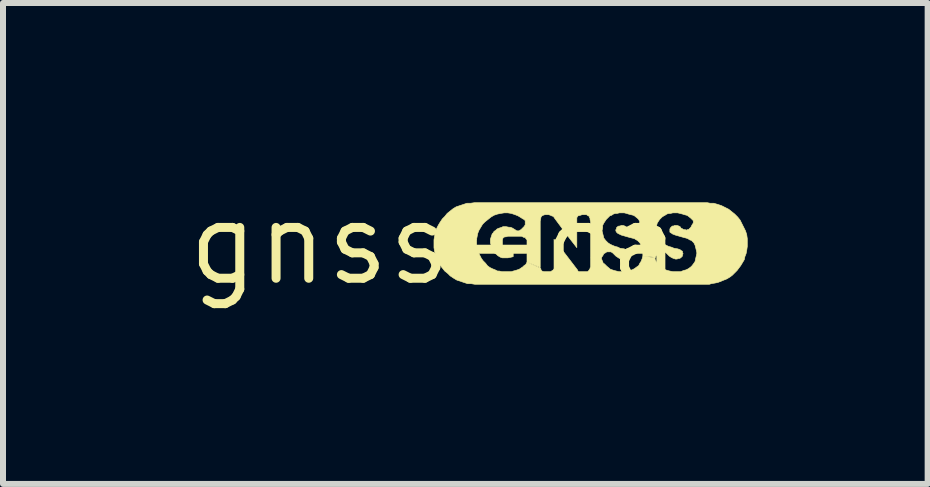
<source format=kicad_pcb>
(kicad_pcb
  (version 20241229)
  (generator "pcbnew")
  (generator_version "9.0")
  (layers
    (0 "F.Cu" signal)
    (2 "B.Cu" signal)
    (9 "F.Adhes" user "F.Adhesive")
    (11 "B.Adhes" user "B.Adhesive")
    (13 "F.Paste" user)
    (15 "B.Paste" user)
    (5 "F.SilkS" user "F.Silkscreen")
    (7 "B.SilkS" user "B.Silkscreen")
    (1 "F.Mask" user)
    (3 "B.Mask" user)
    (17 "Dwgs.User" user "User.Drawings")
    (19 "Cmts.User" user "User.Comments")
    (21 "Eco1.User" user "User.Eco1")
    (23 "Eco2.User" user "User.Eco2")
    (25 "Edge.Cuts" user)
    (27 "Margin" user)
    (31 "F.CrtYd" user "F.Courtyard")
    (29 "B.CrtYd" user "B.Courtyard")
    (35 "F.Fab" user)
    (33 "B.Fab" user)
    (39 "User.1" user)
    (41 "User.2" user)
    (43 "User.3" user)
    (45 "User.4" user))
  (footprint "gnss-ca"
    (layer "F.Cu")
    (at 4.18 1.006)
    (property "Reference" "gnss-ca" (at 0 0 0) (layer "F.SilkS") (effects (font (size 1.27 1.27) (thickness 0.15))))
    (attr board_only exclude_from_pos_files exclude_from_bom)
    (fp_poly (pts (xy 0.68 -0.68) (xy 0.61 -0.67) (xy 0.55 -0.67) (xy 0.49 -0.65) (xy 0.43 -0.63) (xy 0.37 -0.61) (xy 0.32 -0.58) (xy 0.27 -0.54) (xy 0.22 -0.5) (xy 0.18 -0.45) (xy 0.14 -0.41) (xy 0.1 -0.35) (xy 0.07 -0.3) (xy 0.04 -0.24) (xy 0.02 -0.18) (xy 0.01 -0.12) (xy 0 -0.06) (xy 0 0) (xy 0 0.07) (xy 0.01 0.13) (xy 0.03 0.19) (xy 0.05 0.25) (xy 0.07 0.31) (xy 0.1 0.36) (xy 0.14 0.41) (xy 0.18 0.46) (xy 0.23 0.5) (xy 0.27 0.54) (xy 0.33 0.58) (xy 0.38 0.61) (xy 0.44 0.63) (xy 0.5 0.65) (xy 0.56 0.67) (xy 0.62 0.67) (xy 0.68 0.68) (xy 4.55 0.68) (xy 4.59 0.68) (xy 4.62 0.67) (xy 4.68 0.66) (xy 4.73 0.65) (xy 4.78 0.63) (xy 4.83 0.61) (xy 4.88 0.59) (xy 4.93 0.56) (xy 4.97 0.53) (xy 5.01 0.49) (xy 5.05 0.45) (xy 5.08 0.41) (xy 5.11 0.37) (xy 5.14 0.32) (xy 5.17 0.27) (xy 5.18 0.22) (xy 5.2 0.17) (xy 5.21 0.12) (xy 5.22 0.05) (xy 5.22 -0.02) (xy 5.22 -0.08) (xy 5.21 -0.15) (xy 5.19 -0.21) (xy 5.16 -0.27) (xy 5.13 -0.33) (xy 5.1 -0.39) (xy 5.06 -0.44) (xy 5.01 -0.49) (xy 4.96 -0.53) (xy 4.91 -0.57) (xy 4.85 -0.6) (xy 4.79 -0.63) (xy 4.73 -0.65) (xy 4.66 -0.67) (xy 4.6 -0.67) (xy 4.55 -0.68) (xy 0.68 -0.68) (xy 0.9 -0.4) (xy 0.95 -0.44) (xy 1 -0.47) (xy 1.06 -0.49) (xy 1.11 -0.5) (xy 1.17 -0.51) (xy 1.23 -0.51) (xy 1.29 -0.5) (xy 1.35 -0.48) (xy 1.4 -0.46) (xy 1.45 -0.43) (xy 1.48 -0.41) (xy 1.5 -0.4) (xy 1.52 -0.38) (xy 1.52 -0.36) (xy 1.52 -0.34) (xy 1.52 -0.31) (xy 1.5 -0.28) (xy 1.48 -0.26) (xy 1.45 -0.23) (xy 1.43 -0.22) (xy 1.42 -0.21) (xy 1.4 -0.21) (xy 1.38 -0.21) (xy 1.35 -0.23) (xy 1.3 -0.26) (xy 1.27 -0.27) (xy 1.25 -0.27) (xy 1.2 -0.28) (xy 1.15 -0.28) (xy 1.13 -0.27) (xy 1.1 -0.26) (xy 1.07 -0.25) (xy 1.05 -0.24) (xy 1.03 -0.22) (xy 1 -0.2) (xy 0.99 -0.18) (xy 0.97 -0.16) (xy 0.96 -0.13) (xy 0.95 -0.1) (xy 0.94 -0.07) (xy 0.94 -0.04) (xy 0.94 -0.01) (xy 0.95 0.02) (xy 0.95 0.05) (xy 0.96 0.08) (xy 0.98 0.11) (xy 0.99 0.14) (xy 1.01 0.16) (xy 1.04 0.18) (xy 1.06 0.2) (xy 1.09 0.22) (xy 1.11 0.23) (xy 1.14 0.24) (xy 1.18 0.24) (xy 1.23 0.24) (xy 1.28 0.23) (xy 1.32 0.22) (xy 1.32 0.07) (xy 1.21 0.07) (xy 1.18 0.07) (xy 1.17 0.07) (xy 1.16 0.06) (xy 1.15 0.05) (xy 1.14 0.04) (xy 1.14 0.01) (xy 1.14 -0.04) (xy 1.14 -0.06) (xy 1.15 -0.09) (xy 1.16 -0.1) (xy 1.18 -0.11) (xy 1.2 -0.11) (xy 1.23 -0.12) (xy 1.46 -0.12) (xy 1.48 -0.11) (xy 1.5 -0.1) (xy 1.52 -0.1) (xy 1.53 -0.08) (xy 1.54 -0.07) (xy 1.55 -0.06) (xy 1.55 -0.04) (xy 1.55 -0.02) (xy 1.55 0.29) (xy 1.55 0.31) (xy 1.77 0.4) (xy 1.77 -0.37) (xy 1.78 -0.42) (xy 1.78 -0.43) (xy 1.79 -0.45) (xy 1.8 -0.46) (xy 1.82 -0.47) (xy 1.85 -0.48) (xy 1.88 -0.48) (xy 1.91 -0.48) (xy 1.94 -0.47) (xy 1.96 -0.46) (xy 1.99 -0.45) (xy 2.01 -0.42) (xy 2.24 -0.11) (xy 2.38 0.07) (xy 2.38 -0.38) (xy 2.38 -0.41) (xy 2.38 -0.43) (xy 2.4 -0.46) (xy 2.44 -0.47) (xy 2.47 -0.48) (xy 2.51 -0.48) (xy 2.54 -0.48) (xy 2.57 -0.46) (xy 2.59 -0.45) (xy 2.59 -0.44) (xy 2.59 -0.43) (xy 2.6 -0.42) (xy 2.6 -0.4) (xy 2.61 -0.36) (xy 2.61 0.37) (xy 2.8 0.28) (xy 2.79 0.25) (xy 2.79 0.24) (xy 2.8 0.22) (xy 2.81 0.21) (xy 2.83 0.17) (xy 2.85 0.16) (xy 2.88 0.14) (xy 2.9 0.14) (xy 2.92 0.14) (xy 2.93 0.14) (xy 2.95 0.14) (xy 2.98 0.16) (xy 3.03 0.21) (xy 3.06 0.23) (xy 3.09 0.25) (xy 3.11 0.25) (xy 3.12 0.26) (xy 3.15 0.26) (xy 3.18 0.25) (xy 3.2 0.25) (xy 3.22 0.24) (xy 3.23 0.22) (xy 3.24 0.21) (xy 3.25 0.19) (xy 3.25 0.17) (xy 3.25 0.15) (xy 3.24 0.13) (xy 3.23 0.12) (xy 3.21 0.11) (xy 3.19 0.1) (xy 3.17 0.09) (xy 3.1 0.08) (xy 3.06 0.06) (xy 3.02 0.05) (xy 2.97 0.03) (xy 2.93 0.01) (xy 2.9 -0.01) (xy 2.88 -0.03) (xy 2.86 -0.05) (xy 2.83 -0.09) (xy 2.82 -0.13) (xy 2.81 -0.17) (xy 2.8 -0.21) (xy 2.81 -0.26) (xy 2.81 -0.3) (xy 2.83 -0.34) (xy 2.85 -0.37) (xy 2.87 -0.4) (xy 2.89 -0.42) (xy 2.91 -0.44) (xy 2.93 -0.46) (xy 2.96 -0.47) (xy 2.99 -0.49) (xy 3.02 -0.5) (xy 3.05 -0.5) (xy 3.09 -0.51) (xy 3.12 -0.51) (xy 3.17 -0.51) (xy 3.21 -0.5) (xy 3.24 -0.49) (xy 3.28 -0.48) (xy 3.32 -0.47) (xy 3.34 -0.46) (xy 3.39 -0.42) (xy 3.41 -0.4) (xy 3.42 -0.38) (xy 3.43 -0.36) (xy 3.43 -0.35) (xy 3.42 -0.34) (xy 3.41 -0.31) (xy 3.38 -0.27) (xy 3.36 -0.24) (xy 3.34 -0.23) (xy 3.32 -0.23) (xy 3.31 -0.22) (xy 3.29 -0.23) (xy 3.27 -0.23) (xy 3.24 -0.25) (xy 3.23 -0.25) (xy 3.2 -0.28) (xy 3.18 -0.29) (xy 3.15 -0.3) (xy 3.12 -0.3) (xy 3.1 -0.29) (xy 3.08 -0.29) (xy 3.06 -0.28) (xy 3.05 -0.27) (xy 3.04 -0.26) (xy 3.04 -0.24) (xy 3.03 -0.23) (xy 3.03 -0.21) (xy 3.04 -0.19) (xy 3.05 -0.18) (xy 3.06 -0.17) (xy 3.08 -0.16) (xy 3.12 -0.14) (xy 3.26 -0.1) (xy 3.3 -0.09) (xy 3.34 -0.08) (xy 3.37 -0.06) (xy 3.39 -0.05) (xy 3.41 -0.03) (xy 3.43 -0.01) (xy 3.45 0.03) (xy 3.47 0.07) (xy 3.48 0.11) (xy 3.48 0.16) (xy 3.48 0.21) (xy 3.69 0.23) (xy 3.69 0.22) (xy 3.7 0.21) (xy 3.73 0.17) (xy 3.75 0.16) (xy 3.77 0.14) (xy 3.79 0.14) (xy 3.81 0.14) (xy 3.82 0.14) (xy 3.84 0.14) (xy 3.87 0.16) (xy 3.92 0.21) (xy 3.95 0.23) (xy 3.99 0.25) (xy 4 0.25) (xy 4.02 0.26) (xy 4.05 0.26) (xy 4.07 0.25) (xy 4.09 0.25) (xy 4.11 0.24) (xy 4.13 0.22) (xy 4.14 0.21) (xy 4.14 0.19) (xy 4.15 0.17) (xy 4.14 0.15) (xy 4.14 0.13) (xy 4.12 0.12) (xy 4.11 0.11) (xy 4.09 0.1) (xy 4.06 0.09) (xy 4 0.08) (xy 3.95 0.06) (xy 3.91 0.05) (xy 3.87 0.03) (xy 3.82 0.01) (xy 3.8 -0.01) (xy 3.77 -0.03) (xy 3.75 -0.05) (xy 3.73 -0.09) (xy 3.71 -0.13) (xy 3.7 -0.17) (xy 3.7 -0.21) (xy 3.7 -0.26) (xy 3.71 -0.3) (xy 3.72 -0.34) (xy 3.74 -0.37) (xy 3.76 -0.4) (xy 3.78 -0.42) (xy 3.8 -0.44) (xy 3.83 -0.46) (xy 3.85 -0.47) (xy 3.88 -0.49) (xy 3.91 -0.5) (xy 3.94 -0.5) (xy 3.98 -0.51) (xy 4.02 -0.51) (xy 4.06 -0.51) (xy 4.1 -0.5) (xy 4.14 -0.49) (xy 4.17 -0.48) (xy 4.21 -0.47) (xy 4.23 -0.46) (xy 4.28 -0.42) (xy 4.3 -0.4) (xy 4.32 -0.38) (xy 4.32 -0.36) (xy 4.32 -0.35) (xy 4.32 -0.34) (xy 4.3 -0.31) (xy 4.28 -0.27) (xy 4.25 -0.24) (xy 4.24 -0.23) (xy 4.22 -0.23) (xy 4.2 -0.22) (xy 4.19 -0.23) (xy 4.16 -0.23) (xy 4.13 -0.25) (xy 4.12 -0.25) (xy 4.1 -0.28) (xy 4.08 -0.29) (xy 4.05 -0.3) (xy 4.01 -0.3) (xy 3.99 -0.29) (xy 3.97 -0.29) (xy 3.96 -0.28) (xy 3.95 -0.27) (xy 3.94 -0.26) (xy 3.93 -0.24) (xy 3.93 -0.23) (xy 3.93 -0.21) (xy 3.93 -0.19) (xy 3.94 -0.18) (xy 3.96 -0.17) (xy 3.97 -0.16) (xy 4.02 -0.14) (xy 4.16 -0.1) (xy 4.2 -0.09) (xy 4.23 -0.08) (xy 4.26 -0.06) (xy 4.29 -0.05) (xy 4.31 -0.03) (xy 4.33 -0.01) (xy 4.35 0.03) (xy 4.36 0.07) (xy 4.37 0.11) (xy 4.38 0.16) (xy 4.37 0.21) (xy 4.36 0.25) (xy 4.35 0.3) (xy 4.33 0.33) (xy 4.3 0.37) (xy 4.28 0.39) (xy 4.24 0.42) (xy 4.2 0.44) (xy 4.16 0.45) (xy 4.11 0.47) (xy 4.07 0.47) (xy 4.02 0.47) (xy 3.98 0.47) (xy 3.93 0.46) (xy 3.89 0.45) (xy 3.86 0.44) (xy 3.84 0.43) (xy 3.78 0.38) (xy 3.75 0.36) (xy 3.73 0.34) (xy 3.72 0.33) (xy 3.7 0.3) (xy 3.69 0.28) (xy 3.68 0.25) (xy 3.69 0.24) (xy 3.48 0.21) (xy 3.47 0.25) (xy 3.45 0.3) (xy 3.43 0.33) (xy 3.41 0.37) (xy 3.38 0.39) (xy 3.34 0.42) (xy 3.3 0.44) (xy 3.26 0.45) (xy 3.22 0.47) (xy 3.17 0.47) (xy 3.13 0.47) (xy 3.08 0.47) (xy 3.04 0.46) (xy 3 0.45) (xy 2.97 0.44) (xy 2.94 0.43) (xy 2.88 0.38) (xy 2.86 0.36) (xy 2.84 0.34) (xy 2.82 0.33) (xy 2.81 0.3) (xy 2.8 0.28) (xy 2.61 0.37) (xy 2.61 0.39) (xy 2.6 0.41) (xy 2.6 0.42) (xy 2.58 0.45) (xy 2.57 0.46) (xy 2.56 0.47) (xy 2.53 0.47) (xy 2.51 0.47) (xy 2.46 0.47) (xy 2.43 0.47) (xy 2.41 0.47) (xy 2.4 0.46) (xy 2.39 0.44) (xy 2 -0.07) (xy 2 0.41) (xy 2 0.42) (xy 1.98 0.45) (xy 1.97 0.45) (xy 1.96 0.46) (xy 1.94 0.47) (xy 1.9 0.47) (xy 1.86 0.47) (xy 1.83 0.47) (xy 1.8 0.46) (xy 1.79 0.45) (xy 1.78 0.43) (xy 1.78 0.42) (xy 1.77 0.41) (xy 1.55 0.31) (xy 1.54 0.33) (xy 1.53 0.35) (xy 1.5 0.37) (xy 1.48 0.39) (xy 1.45 0.41) (xy 1.42 0.43) (xy 1.39 0.44) (xy 1.36 0.45) (xy 1.32 0.46) (xy 1.29 0.47) (xy 1.25 0.47) (xy 1.2 0.47) (xy 1.16 0.47) (xy 1.13 0.47) (xy 1.09 0.46) (xy 1.06 0.46) (xy 1.02 0.44) (xy 0.97 0.42) (xy 0.93 0.4) (xy 0.89 0.37) (xy 0.86 0.33) (xy 0.82 0.29) (xy 0.79 0.25) (xy 0.77 0.21) (xy 0.75 0.17) (xy 0.73 0.13) (xy 0.72 0.08) (xy 0.71 0.03) (xy 0.71 -0.02) (xy 0.71 -0.07) (xy 0.72 -0.12) (xy 0.73 -0.17) (xy 0.75 -0.22) (xy 0.78 -0.27) (xy 0.81 -0.32) (xy 0.85 -0.36) (xy 0.9 -0.4) (xy 0.68 -0.68)) (stroke (width 0.01) (type solid)) (fill yes) (layer "F.SilkS")))
  (gr_rect
    (start -3 -3)
    (end 12.405 5.012)
    (stroke (width 0.1) (type default))
    (fill no)
    (layer "Edge.Cuts")))
</source>
